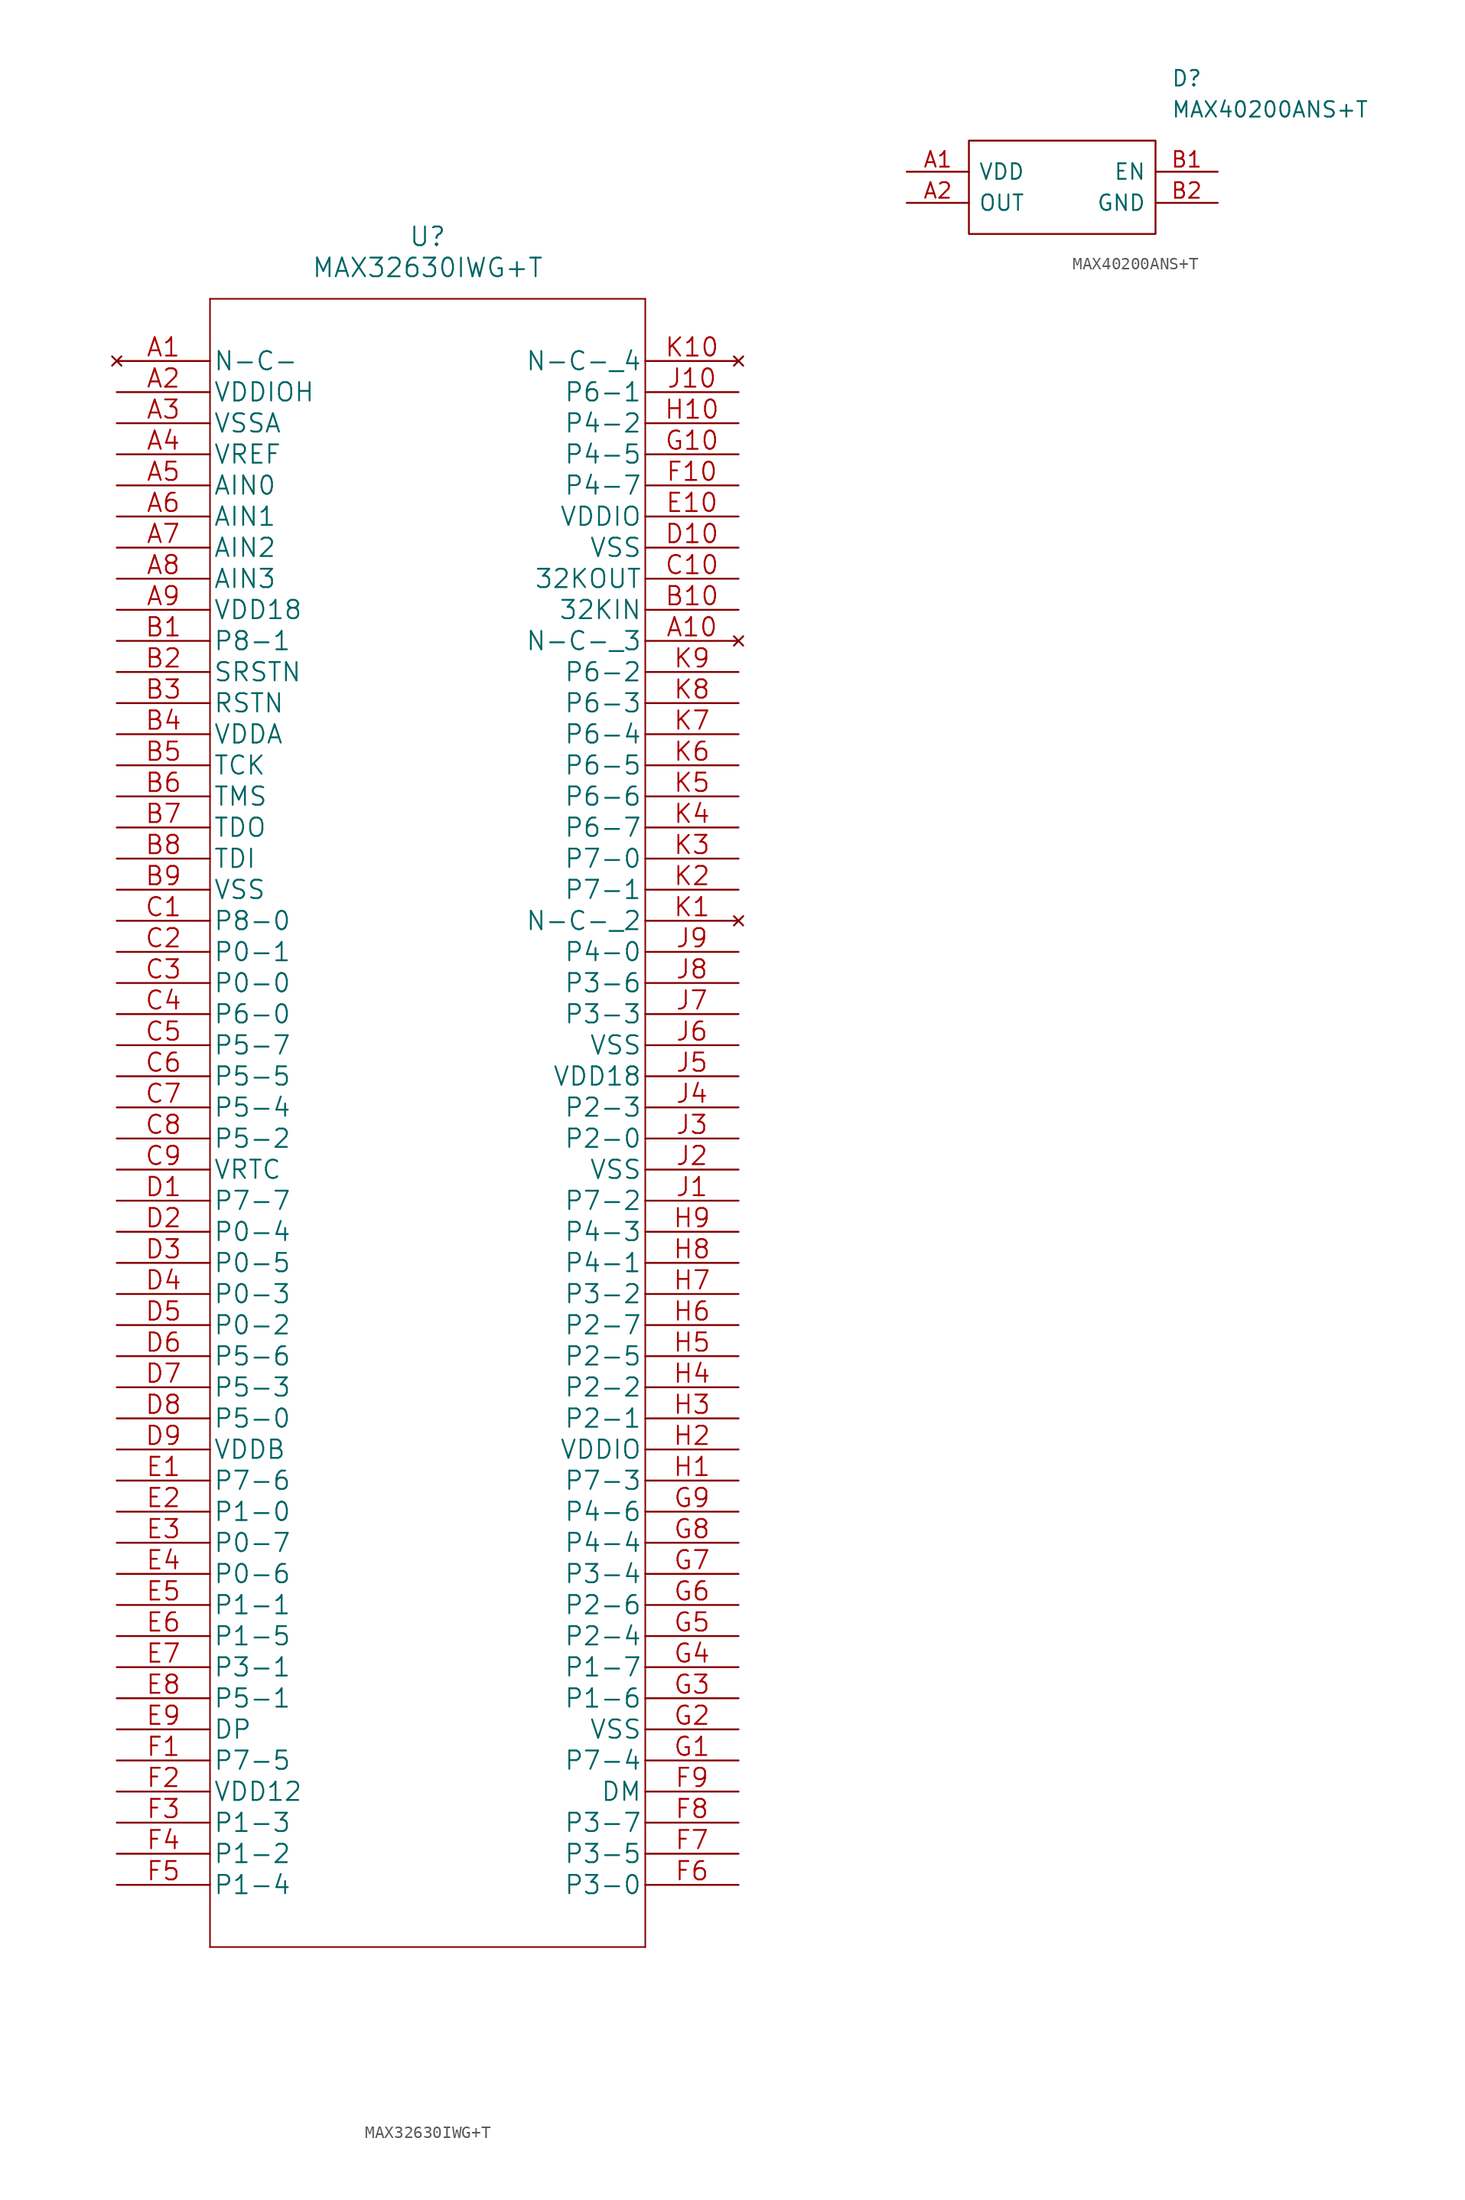
<source format=kicad_sym>
(kicad_symbol_lib
  (version 20211014)
  (generator kicad_symbol_editor)
  (symbol "MAX32630IWG+T"
    (pin_names
      (offset 0.254))
    (property "Reference" "U"
      (at 25.4 10.16 0)
      (effects (font (size 1.524 1.524))))
    (property "Value" "MAX32630IWG+T"
      (at 25.4 7.62 0)
      (effects (font (size 1.524 1.524))))
    (property "Datasheet" ""
      (at 0 0 0)
      (effects (font (size 1.524 1.524))))
    (symbol "MAX32630IWG+T_1_1"
      (polyline (pts (xy 7.62 -129.54) (xy 43.18 -129.54)) (stroke (width 0.127) (type default) (color 0 0 0 0)) (fill (type none)))
      (polyline (pts (xy 7.62 5.08) (xy 7.62 -129.54)) (stroke (width 0.127) (type default) (color 0 0 0 0)) (fill (type none)))
      (polyline (pts (xy 43.18 -129.54) (xy 43.18 5.08)) (stroke (width 0.127) (type default) (color 0 0 0 0)) (fill (type none)))
      (polyline (pts (xy 43.18 5.08) (xy 7.62 5.08)) (stroke (width 0.127) (type default) (color 0 0 0 0)) (fill (type none)))
      (pin no_connect line (at 0 0 0) (length 7.62) (name "N-C-" (effects (font (size 1.499 1.499)))) (number "A1" (effects (font (size 1.499 1.499)))))
      (pin no_connect line (at 50.8 -22.86 180) (length 7.62) (name "N-C-_3" (effects (font (size 1.499 1.499)))) (number "A10" (effects (font (size 1.499 1.499)))))
      (pin power_in line (at 0 -2.54 0) (length 7.62) (name "VDDIOH" (effects (font (size 1.499 1.499)))) (number "A2" (effects (font (size 1.499 1.499)))))
      (pin power_in line (at 0 -5.08 0) (length 7.62) (name "VSSA" (effects (font (size 1.499 1.499)))) (number "A3" (effects (font (size 1.499 1.499)))))
      (pin power_in line (at 0 -7.62 0) (length 7.62) (name "VREF" (effects (font (size 1.499 1.499)))) (number "A4" (effects (font (size 1.499 1.499)))))
      (pin bidirectional line (at 0 -10.16 0) (length 7.62) (name "AIN0" (effects (font (size 1.499 1.499)))) (number "A5" (effects (font (size 1.499 1.499)))))
      (pin input line (at 0 -12.7 0) (length 7.62) (name "AIN1" (effects (font (size 1.499 1.499)))) (number "A6" (effects (font (size 1.499 1.499)))))
      (pin input line (at 0 -15.24 0) (length 7.62) (name "AIN2" (effects (font (size 1.499 1.499)))) (number "A7" (effects (font (size 1.499 1.499)))))
      (pin input line (at 0 -17.78 0) (length 7.62) (name "AIN3" (effects (font (size 1.499 1.499)))) (number "A8" (effects (font (size 1.499 1.499)))))
      (pin power_in line (at 0 -20.32 0) (length 7.62) (name "VDD18" (effects (font (size 1.499 1.499)))) (number "A9" (effects (font (size 1.499 1.499)))))
      (pin bidirectional line (at 0 -22.86 0) (length 7.62) (name "P8-1" (effects (font (size 1.499 1.499)))) (number "B1" (effects (font (size 1.499 1.499)))))
      (pin bidirectional line (at 50.8 -20.32 180) (length 7.62) (name "32KIN" (effects (font (size 1.499 1.499)))) (number "B10" (effects (font (size 1.499 1.499)))))
      (pin unspecified line (at 0 -25.4 0) (length 7.62) (name "SRSTN" (effects (font (size 1.499 1.499)))) (number "B2" (effects (font (size 1.499 1.499)))))
      (pin passive line (at 0 -27.94 0) (length 7.62) (name "RSTN" (effects (font (size 1.499 1.499)))) (number "B3" (effects (font (size 1.499 1.499)))))
      (pin power_in line (at 0 -30.48 0) (length 7.62) (name "VDDA" (effects (font (size 1.499 1.499)))) (number "B4" (effects (font (size 1.499 1.499)))))
      (pin passive line (at 0 -33.02 0) (length 7.62) (name "TCK" (effects (font (size 1.499 1.499)))) (number "B5" (effects (font (size 1.499 1.499)))))
      (pin passive line (at 0 -35.56 0) (length 7.62) (name "TMS" (effects (font (size 1.499 1.499)))) (number "B6" (effects (font (size 1.499 1.499)))))
      (pin unspecified line (at 0 -38.1 0) (length 7.62) (name "TDO" (effects (font (size 1.499 1.499)))) (number "B7" (effects (font (size 1.499 1.499)))))
      (pin unspecified line (at 0 -40.64 0) (length 7.62) (name "TDI" (effects (font (size 1.499 1.499)))) (number "B8" (effects (font (size 1.499 1.499)))))
      (pin power_in line (at 0 -43.18 0) (length 7.62) (name "VSS" (effects (font (size 1.499 1.499)))) (number "B9" (effects (font (size 1.499 1.499)))))
      (pin bidirectional line (at 0 -45.72 0) (length 7.62) (name "P8-0" (effects (font (size 1.499 1.499)))) (number "C1" (effects (font (size 1.499 1.499)))))
      (pin output line (at 50.8 -17.78 180) (length 7.62) (name "32KOUT" (effects (font (size 1.499 1.499)))) (number "C10" (effects (font (size 1.499 1.499)))))
      (pin bidirectional line (at 0 -48.26 0) (length 7.62) (name "P0-1" (effects (font (size 1.499 1.499)))) (number "C2" (effects (font (size 1.499 1.499)))))
      (pin bidirectional line (at 0 -50.8 0) (length 7.62) (name "P0-0" (effects (font (size 1.499 1.499)))) (number "C3" (effects (font (size 1.499 1.499)))))
      (pin bidirectional line (at 0 -53.34 0) (length 7.62) (name "P6-0" (effects (font (size 1.499 1.499)))) (number "C4" (effects (font (size 1.499 1.499)))))
      (pin bidirectional line (at 0 -55.88 0) (length 7.62) (name "P5-7" (effects (font (size 1.499 1.499)))) (number "C5" (effects (font (size 1.499 1.499)))))
      (pin bidirectional line (at 0 -58.42 0) (length 7.62) (name "P5-5" (effects (font (size 1.499 1.499)))) (number "C6" (effects (font (size 1.499 1.499)))))
      (pin bidirectional line (at 0 -60.96 0) (length 7.62) (name "P5-4" (effects (font (size 1.499 1.499)))) (number "C7" (effects (font (size 1.499 1.499)))))
      (pin bidirectional line (at 0 -63.5 0) (length 7.62) (name "P5-2" (effects (font (size 1.499 1.499)))) (number "C8" (effects (font (size 1.499 1.499)))))
      (pin input line (at 0 -66.04 0) (length 7.62) (name "VRTC" (effects (font (size 1.499 1.499)))) (number "C9" (effects (font (size 1.499 1.499)))))
      (pin bidirectional line (at 0 -68.58 0) (length 7.62) (name "P7-7" (effects (font (size 1.499 1.499)))) (number "D1" (effects (font (size 1.499 1.499)))))
      (pin power_in line (at 50.8 -15.24 180) (length 7.62) (name "VSS" (effects (font (size 1.499 1.499)))) (number "D10" (effects (font (size 1.499 1.499)))))
      (pin bidirectional line (at 0 -71.12 0) (length 7.62) (name "P0-4" (effects (font (size 1.499 1.499)))) (number "D2" (effects (font (size 1.499 1.499)))))
      (pin bidirectional line (at 0 -73.66 0) (length 7.62) (name "P0-5" (effects (font (size 1.499 1.499)))) (number "D3" (effects (font (size 1.499 1.499)))))
      (pin bidirectional line (at 0 -76.2 0) (length 7.62) (name "P0-3" (effects (font (size 1.499 1.499)))) (number "D4" (effects (font (size 1.499 1.499)))))
      (pin bidirectional line (at 0 -78.74 0) (length 7.62) (name "P0-2" (effects (font (size 1.499 1.499)))) (number "D5" (effects (font (size 1.499 1.499)))))
      (pin bidirectional line (at 0 -81.28 0) (length 7.62) (name "P5-6" (effects (font (size 1.499 1.499)))) (number "D6" (effects (font (size 1.499 1.499)))))
      (pin bidirectional line (at 0 -83.82 0) (length 7.62) (name "P5-3" (effects (font (size 1.499 1.499)))) (number "D7" (effects (font (size 1.499 1.499)))))
      (pin bidirectional line (at 0 -86.36 0) (length 7.62) (name "P5-0" (effects (font (size 1.499 1.499)))) (number "D8" (effects (font (size 1.499 1.499)))))
      (pin power_in line (at 0 -88.9 0) (length 7.62) (name "VDDB" (effects (font (size 1.499 1.499)))) (number "D9" (effects (font (size 1.499 1.499)))))
      (pin bidirectional line (at 0 -91.44 0) (length 7.62) (name "P7-6" (effects (font (size 1.499 1.499)))) (number "E1" (effects (font (size 1.499 1.499)))))
      (pin power_in line (at 50.8 -12.7 180) (length 7.62) (name "VDDIO" (effects (font (size 1.499 1.499)))) (number "E10" (effects (font (size 1.499 1.499)))))
      (pin bidirectional line (at 0 -93.98 0) (length 7.62) (name "P1-0" (effects (font (size 1.499 1.499)))) (number "E2" (effects (font (size 1.499 1.499)))))
      (pin bidirectional line (at 0 -96.52 0) (length 7.62) (name "P0-7" (effects (font (size 1.499 1.499)))) (number "E3" (effects (font (size 1.499 1.499)))))
      (pin bidirectional line (at 0 -99.06 0) (length 7.62) (name "P0-6" (effects (font (size 1.499 1.499)))) (number "E4" (effects (font (size 1.499 1.499)))))
      (pin bidirectional line (at 0 -101.6 0) (length 7.62) (name "P1-1" (effects (font (size 1.499 1.499)))) (number "E5" (effects (font (size 1.499 1.499)))))
      (pin bidirectional line (at 0 -104.14 0) (length 7.62) (name "P1-5" (effects (font (size 1.499 1.499)))) (number "E6" (effects (font (size 1.499 1.499)))))
      (pin bidirectional line (at 0 -106.68 0) (length 7.62) (name "P3-1" (effects (font (size 1.499 1.499)))) (number "E7" (effects (font (size 1.499 1.499)))))
      (pin bidirectional line (at 0 -109.22 0) (length 7.62) (name "P5-1" (effects (font (size 1.499 1.499)))) (number "E8" (effects (font (size 1.499 1.499)))))
      (pin bidirectional line (at 0 -111.76 0) (length 7.62) (name "DP" (effects (font (size 1.499 1.499)))) (number "E9" (effects (font (size 1.499 1.499)))))
      (pin bidirectional line (at 0 -114.3 0) (length 7.62) (name "P7-5" (effects (font (size 1.499 1.499)))) (number "F1" (effects (font (size 1.499 1.499)))))
      (pin bidirectional line (at 50.8 -10.16 180) (length 7.62) (name "P4-7" (effects (font (size 1.499 1.499)))) (number "F10" (effects (font (size 1.499 1.499)))))
      (pin power_in line (at 0 -116.84 0) (length 7.62) (name "VDD12" (effects (font (size 1.499 1.499)))) (number "F2" (effects (font (size 1.499 1.499)))))
      (pin bidirectional line (at 0 -119.38 0) (length 7.62) (name "P1-3" (effects (font (size 1.499 1.499)))) (number "F3" (effects (font (size 1.499 1.499)))))
      (pin bidirectional line (at 0 -121.92 0) (length 7.62) (name "P1-2" (effects (font (size 1.499 1.499)))) (number "F4" (effects (font (size 1.499 1.499)))))
      (pin bidirectional line (at 0 -124.46 0) (length 7.62) (name "P1-4" (effects (font (size 1.499 1.499)))) (number "F5" (effects (font (size 1.499 1.499)))))
      (pin bidirectional line (at 50.8 -124.46 180) (length 7.62) (name "P3-0" (effects (font (size 1.499 1.499)))) (number "F6" (effects (font (size 1.499 1.499)))))
      (pin bidirectional line (at 50.8 -121.92 180) (length 7.62) (name "P3-5" (effects (font (size 1.499 1.499)))) (number "F7" (effects (font (size 1.499 1.499)))))
      (pin bidirectional line (at 50.8 -119.38 180) (length 7.62) (name "P3-7" (effects (font (size 1.499 1.499)))) (number "F8" (effects (font (size 1.499 1.499)))))
      (pin bidirectional line (at 50.8 -116.84 180) (length 7.62) (name "DM" (effects (font (size 1.499 1.499)))) (number "F9" (effects (font (size 1.499 1.499)))))
      (pin bidirectional line (at 50.8 -114.3 180) (length 7.62) (name "P7-4" (effects (font (size 1.499 1.499)))) (number "G1" (effects (font (size 1.499 1.499)))))
      (pin bidirectional line (at 50.8 -7.62 180) (length 7.62) (name "P4-5" (effects (font (size 1.499 1.499)))) (number "G10" (effects (font (size 1.499 1.499)))))
      (pin power_in line (at 50.8 -111.76 180) (length 7.62) (name "VSS" (effects (font (size 1.499 1.499)))) (number "G2" (effects (font (size 1.499 1.499)))))
      (pin bidirectional line (at 50.8 -109.22 180) (length 7.62) (name "P1-6" (effects (font (size 1.499 1.499)))) (number "G3" (effects (font (size 1.499 1.499)))))
      (pin bidirectional line (at 50.8 -106.68 180) (length 7.62) (name "P1-7" (effects (font (size 1.499 1.499)))) (number "G4" (effects (font (size 1.499 1.499)))))
      (pin bidirectional line (at 50.8 -104.14 180) (length 7.62) (name "P2-4" (effects (font (size 1.499 1.499)))) (number "G5" (effects (font (size 1.499 1.499)))))
      (pin bidirectional line (at 50.8 -101.6 180) (length 7.62) (name "P2-6" (effects (font (size 1.499 1.499)))) (number "G6" (effects (font (size 1.499 1.499)))))
      (pin bidirectional line (at 50.8 -99.06 180) (length 7.62) (name "P3-4" (effects (font (size 1.499 1.499)))) (number "G7" (effects (font (size 1.499 1.499)))))
      (pin bidirectional line (at 50.8 -96.52 180) (length 7.62) (name "P4-4" (effects (font (size 1.499 1.499)))) (number "G8" (effects (font (size 1.499 1.499)))))
      (pin bidirectional line (at 50.8 -93.98 180) (length 7.62) (name "P4-6" (effects (font (size 1.499 1.499)))) (number "G9" (effects (font (size 1.499 1.499)))))
      (pin bidirectional line (at 50.8 -91.44 180) (length 7.62) (name "P7-3" (effects (font (size 1.499 1.499)))) (number "H1" (effects (font (size 1.499 1.499)))))
      (pin bidirectional line (at 50.8 -5.08 180) (length 7.62) (name "P4-2" (effects (font (size 1.499 1.499)))) (number "H10" (effects (font (size 1.499 1.499)))))
      (pin power_in line (at 50.8 -88.9 180) (length 7.62) (name "VDDIO" (effects (font (size 1.499 1.499)))) (number "H2" (effects (font (size 1.499 1.499)))))
      (pin bidirectional line (at 50.8 -86.36 180) (length 7.62) (name "P2-1" (effects (font (size 1.499 1.499)))) (number "H3" (effects (font (size 1.499 1.499)))))
      (pin bidirectional line (at 50.8 -83.82 180) (length 7.62) (name "P2-2" (effects (font (size 1.499 1.499)))) (number "H4" (effects (font (size 1.499 1.499)))))
      (pin bidirectional line (at 50.8 -81.28 180) (length 7.62) (name "P2-5" (effects (font (size 1.499 1.499)))) (number "H5" (effects (font (size 1.499 1.499)))))
      (pin bidirectional line (at 50.8 -78.74 180) (length 7.62) (name "P2-7" (effects (font (size 1.499 1.499)))) (number "H6" (effects (font (size 1.499 1.499)))))
      (pin bidirectional line (at 50.8 -76.2 180) (length 7.62) (name "P3-2" (effects (font (size 1.499 1.499)))) (number "H7" (effects (font (size 1.499 1.499)))))
      (pin bidirectional line (at 50.8 -73.66 180) (length 7.62) (name "P4-1" (effects (font (size 1.499 1.499)))) (number "H8" (effects (font (size 1.499 1.499)))))
      (pin bidirectional line (at 50.8 -71.12 180) (length 7.62) (name "P4-3" (effects (font (size 1.499 1.499)))) (number "H9" (effects (font (size 1.499 1.499)))))
      (pin bidirectional line (at 50.8 -68.58 180) (length 7.62) (name "P7-2" (effects (font (size 1.499 1.499)))) (number "J1" (effects (font (size 1.499 1.499)))))
      (pin bidirectional line (at 50.8 -2.54 180) (length 7.62) (name "P6-1" (effects (font (size 1.499 1.499)))) (number "J10" (effects (font (size 1.499 1.499)))))
      (pin power_in line (at 50.8 -66.04 180) (length 7.62) (name "VSS" (effects (font (size 1.499 1.499)))) (number "J2" (effects (font (size 1.499 1.499)))))
      (pin bidirectional line (at 50.8 -63.5 180) (length 7.62) (name "P2-0" (effects (font (size 1.499 1.499)))) (number "J3" (effects (font (size 1.499 1.499)))))
      (pin bidirectional line (at 50.8 -60.96 180) (length 7.62) (name "P2-3" (effects (font (size 1.499 1.499)))) (number "J4" (effects (font (size 1.499 1.499)))))
      (pin power_in line (at 50.8 -58.42 180) (length 7.62) (name "VDD18" (effects (font (size 1.499 1.499)))) (number "J5" (effects (font (size 1.499 1.499)))))
      (pin power_in line (at 50.8 -55.88 180) (length 7.62) (name "VSS" (effects (font (size 1.499 1.499)))) (number "J6" (effects (font (size 1.499 1.499)))))
      (pin bidirectional line (at 50.8 -53.34 180) (length 7.62) (name "P3-3" (effects (font (size 1.499 1.499)))) (number "J7" (effects (font (size 1.499 1.499)))))
      (pin bidirectional line (at 50.8 -50.8 180) (length 7.62) (name "P3-6" (effects (font (size 1.499 1.499)))) (number "J8" (effects (font (size 1.499 1.499)))))
      (pin bidirectional line (at 50.8 -48.26 180) (length 7.62) (name "P4-0" (effects (font (size 1.499 1.499)))) (number "J9" (effects (font (size 1.499 1.499)))))
      (pin no_connect line (at 50.8 -45.72 180) (length 7.62) (name "N-C-_2" (effects (font (size 1.499 1.499)))) (number "K1" (effects (font (size 1.499 1.499)))))
      (pin no_connect line (at 50.8 0 180) (length 7.62) (name "N-C-_4" (effects (font (size 1.499 1.499)))) (number "K10" (effects (font (size 1.499 1.499)))))
      (pin bidirectional line (at 50.8 -43.18 180) (length 7.62) (name "P7-1" (effects (font (size 1.499 1.499)))) (number "K2" (effects (font (size 1.499 1.499)))))
      (pin bidirectional line (at 50.8 -40.64 180) (length 7.62) (name "P7-0" (effects (font (size 1.499 1.499)))) (number "K3" (effects (font (size 1.499 1.499)))))
      (pin bidirectional line (at 50.8 -38.1 180) (length 7.62) (name "P6-7" (effects (font (size 1.499 1.499)))) (number "K4" (effects (font (size 1.499 1.499)))))
      (pin bidirectional line (at 50.8 -35.56 180) (length 7.62) (name "P6-6" (effects (font (size 1.499 1.499)))) (number "K5" (effects (font (size 1.499 1.499)))))
      (pin bidirectional line (at 50.8 -33.02 180) (length 7.62) (name "P6-5" (effects (font (size 1.499 1.499)))) (number "K6" (effects (font (size 1.499 1.499)))))
      (pin bidirectional line (at 50.8 -30.48 180) (length 7.62) (name "P6-4" (effects (font (size 1.499 1.499)))) (number "K7" (effects (font (size 1.499 1.499)))))
      (pin bidirectional line (at 50.8 -27.94 180) (length 7.62) (name "P6-3" (effects (font (size 1.499 1.499)))) (number "K8" (effects (font (size 1.499 1.499)))))
      (pin bidirectional line (at 50.8 -25.4 180) (length 7.62) (name "P6-2" (effects (font (size 1.499 1.499)))) (number "K9" (effects (font (size 1.499 1.499)))))))
  (symbol "MAX40200ANS+T"
    (pin_names
      (offset 0.762))
    (property "Reference" "D"
      (at 21.59 7.62 0)
      (effects (font (size 1.27 1.27)) (justify left)))
    (property "Value" "MAX40200ANS+T"
      (at 21.59 5.08 0)
      (effects (font (size 1.27 1.27)) (justify left)))
    (symbol "MAX40200ANS+T_0_0"
      (pin power_in line (at 0 0 0) (length 5.08) (name "VDD" (effects (font (size 1.27 1.27)))) (number "A1" (effects (font (size 1.27 1.27)))))
      (pin tri_state line (at 0 -2.54 0) (length 5.08) (name "OUT" (effects (font (size 1.27 1.27)))) (number "A2" (effects (font (size 1.27 1.27)))))
      (pin input line (at 25.4 0 180) (length 5.08) (name "EN" (effects (font (size 1.27 1.27)))) (number "B1" (effects (font (size 1.27 1.27)))))
      (pin power_in line (at 25.4 -2.54 180) (length 5.08) (name "GND" (effects (font (size 1.27 1.27)))) (number "B2" (effects (font (size 1.27 1.27))))))
    (symbol "MAX40200ANS+T_0_1"
      (polyline (pts (xy 5.08 2.54) (xy 20.32 2.54) (xy 20.32 -5.08) (xy 5.08 -5.08) (xy 5.08 2.54)) (stroke (width 0.152) (type default) (color 0 0 0 0)) (fill (type none))))))
</source>
